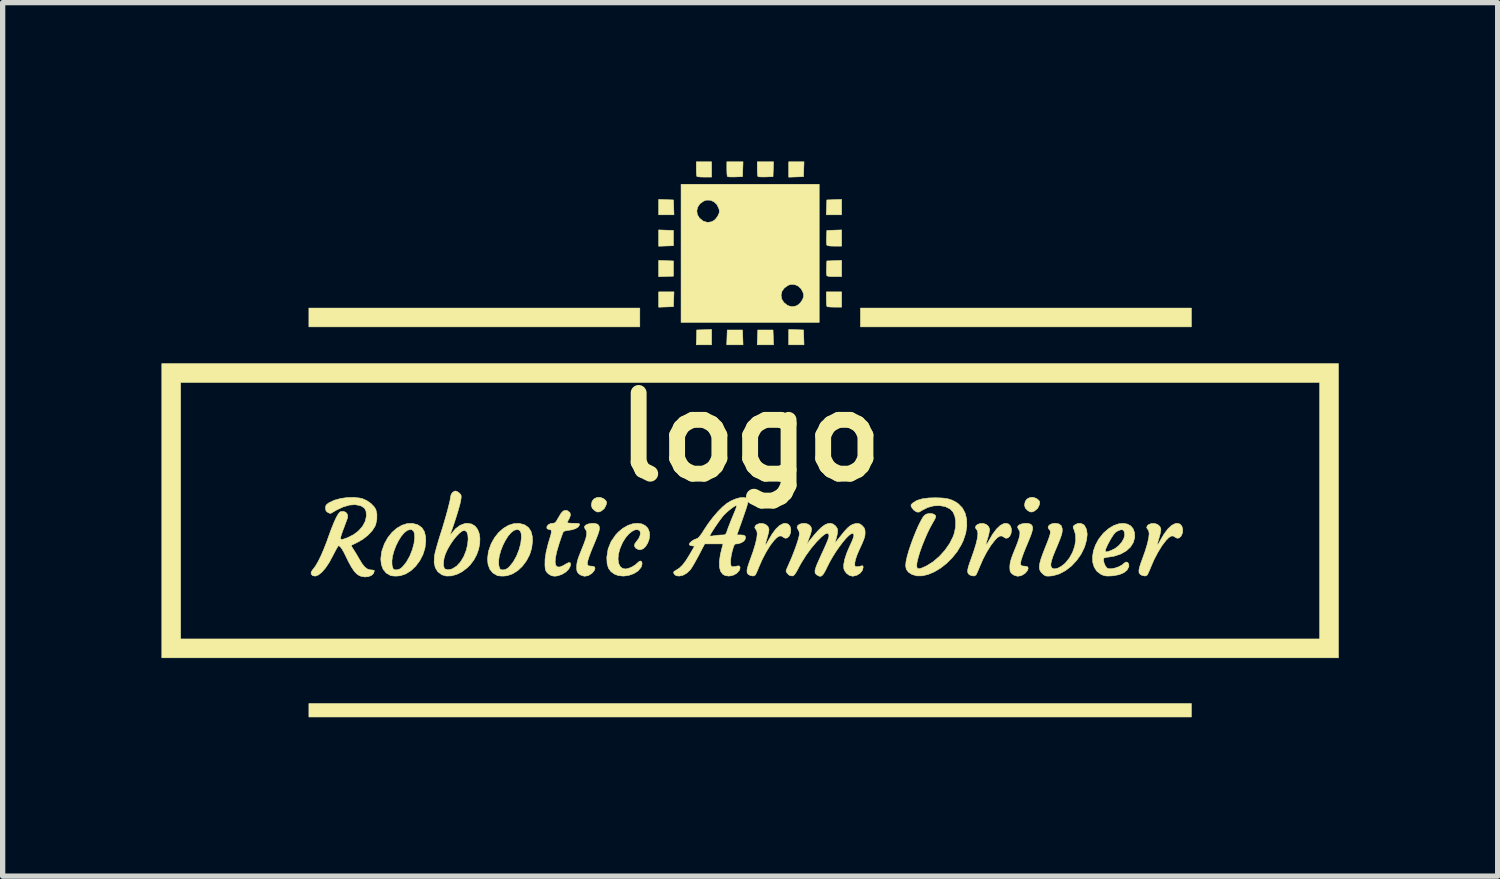
<source format=kicad_pcb>
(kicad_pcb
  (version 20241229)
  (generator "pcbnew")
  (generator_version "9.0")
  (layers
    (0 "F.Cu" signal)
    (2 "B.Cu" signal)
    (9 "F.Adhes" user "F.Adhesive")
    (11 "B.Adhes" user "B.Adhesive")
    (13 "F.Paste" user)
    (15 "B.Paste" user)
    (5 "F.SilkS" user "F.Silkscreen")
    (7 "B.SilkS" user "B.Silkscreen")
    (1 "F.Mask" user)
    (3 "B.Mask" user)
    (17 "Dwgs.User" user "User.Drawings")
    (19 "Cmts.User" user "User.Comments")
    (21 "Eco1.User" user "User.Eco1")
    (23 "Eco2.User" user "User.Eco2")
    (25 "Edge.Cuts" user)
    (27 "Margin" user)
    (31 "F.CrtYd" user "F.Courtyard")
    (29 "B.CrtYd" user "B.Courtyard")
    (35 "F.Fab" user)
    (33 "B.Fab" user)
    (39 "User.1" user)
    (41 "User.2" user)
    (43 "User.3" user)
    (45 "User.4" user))
  (footprint "logo"
    (layer "F.Cu")
    (at 11.113 5.204)
    (property "Reference" "logo" (at 0 0 0) (layer "F.SilkS") (effects (font (size 1.524 1.524) (thickness 0.3))))
    (attr through_hole)
    (fp_poly (pts (xy -2.083 -2.083) (xy -8.331 -2.083) (xy -8.331 -2.438) (xy -2.083 -2.438) (xy -2.083 -2.083)) (stroke (width 0.01) (type solid)) (fill yes) (layer "F.SilkS"))
    (fp_poly (pts (xy -1.448 -4.479) (xy -1.438 -4.199) (xy -1.727 -4.199) (xy -1.727 -4.489) (xy -1.448 -4.479)) (stroke (width 0.01) (type solid)) (fill yes) (layer "F.SilkS"))
    (fp_poly (pts (xy -1.448 -3.903) (xy -1.448 -3.615) (xy -1.727 -3.605) (xy -1.727 -3.913) (xy -1.448 -3.903)) (stroke (width 0.01) (type solid)) (fill yes) (layer "F.SilkS"))
    (fp_poly (pts (xy -1.448 -3.327) (xy -1.448 -3.04) (xy -1.727 -3.03) (xy -1.727 -3.337) (xy -1.448 -3.327)) (stroke (width 0.01) (type solid)) (fill yes) (layer "F.SilkS"))
    (fp_poly (pts (xy -1.448 -2.464) (xy -1.727 -2.454) (xy -1.727 -2.743) (xy -1.438 -2.743) (xy -1.448 -2.464)) (stroke (width 0.01) (type solid)) (fill yes) (layer "F.SilkS"))
    (fp_poly (pts (xy 0.442 -1.744) (xy 0.134 -1.744) (xy 0.144 -2.024) (xy 0.432 -2.024) (xy 0.442 -1.744)) (stroke (width 0.01) (type solid)) (fill yes) (layer "F.SilkS"))
    (fp_poly (pts (xy 1.008 -4.919) (xy 0.728 -4.909) (xy 0.728 -5.199) (xy 1.017 -5.199) (xy 1.008 -4.919)) (stroke (width 0.01) (type solid)) (fill yes) (layer "F.SilkS"))
    (fp_poly (pts (xy 1.008 -2.024) (xy 1.017 -1.744) (xy 0.728 -1.744) (xy 0.728 -2.033) (xy 1.008 -2.024)) (stroke (width 0.01) (type solid)) (fill yes) (layer "F.SilkS"))
    (fp_poly (pts (xy 1.727 -4.199) (xy 1.438 -4.199) (xy 1.448 -4.479) (xy 1.727 -4.489) (xy 1.727 -4.199)) (stroke (width 0.01) (type solid)) (fill yes) (layer "F.SilkS"))
    (fp_poly (pts (xy 8.331 -2.083) (xy 2.083 -2.083) (xy 2.083 -2.438) (xy 8.331 -2.438) (xy 8.331 -2.083)) (stroke (width 0.01) (type solid)) (fill yes) (layer "F.SilkS"))
    (fp_poly (pts (xy 8.331 5.283) (xy -8.331 5.283) (xy -8.331 5.029) (xy 8.331 5.029) (xy 8.331 5.283)) (stroke (width 0.01) (type solid)) (fill yes) (layer "F.SilkS"))
    (fp_poly (pts (xy -0.139 -1.884) (xy -0.134 -1.744) (xy -0.442 -1.744) (xy -0.432 -2.024) (xy -0.144 -2.024) (xy -0.139 -1.884)) (stroke (width 0.01) (type solid)) (fill yes) (layer "F.SilkS"))
    (fp_poly (pts (xy -0.728 -1.744) (xy -1.017 -1.744) (xy -1.012 -1.884) (xy -1.008 -2.024) (xy -0.868 -2.028) (xy -0.728 -2.033) (xy -0.728 -1.744)) (stroke (width 0.01) (type solid)) (fill yes) (layer "F.SilkS"))
    (fp_poly (pts (xy 11.108 4.166) (xy -11.108 4.166) (xy -11.108 -1.033) (xy -10.753 -1.033) (xy -10.753 3.81) (xy 10.753 3.81) (xy 10.753 -1.033) (xy -10.753 -1.033) (xy -11.108 -1.033) (xy -11.108 -1.389) (xy 11.108 -1.389) (xy 11.108 4.166)) (stroke (width 0.01) (type solid)) (fill yes) (layer "F.SilkS"))
    (fp_poly (pts (xy -0.728 -4.911) (xy -0.861 -4.911) (xy -0.925 -4.912) (xy -0.975 -4.916) (xy -1.003 -4.921) (xy -1.005 -4.922) (xy -1.01 -4.943) (xy -1.014 -4.989) (xy -1.016 -5.051) (xy -1.016 -5.066) (xy -1.016 -5.199) (xy -0.728 -5.199) (xy -0.728 -4.911)) (stroke (width 0.01) (type solid)) (fill yes) (layer "F.SilkS"))
    (fp_poly (pts (xy 0.432 -4.919) (xy 0.296 -4.914) (xy 0.231 -4.913) (xy 0.179 -4.915) (xy 0.15 -4.92) (xy 0.147 -4.921) (xy 0.142 -4.943) (xy 0.138 -4.989) (xy 0.136 -5.051) (xy 0.135 -5.066) (xy 0.135 -5.199) (xy 0.442 -5.199) (xy 0.432 -4.919)) (stroke (width 0.01) (type solid)) (fill yes) (layer "F.SilkS"))
    (fp_poly (pts (xy 1.727 -3.607) (xy 1.591 -3.607) (xy 1.516 -3.609) (xy 1.469 -3.615) (xy 1.448 -3.626) (xy 1.446 -3.63) (xy 1.443 -3.657) (xy 1.441 -3.707) (xy 1.443 -3.771) (xy 1.443 -3.778) (xy 1.448 -3.903) (xy 1.727 -3.913) (xy 1.727 -3.607)) (stroke (width 0.01) (type solid)) (fill yes) (layer "F.SilkS"))
    (fp_poly (pts (xy 1.727 -3.031) (xy 1.591 -3.031) (xy 1.516 -3.033) (xy 1.469 -3.039) (xy 1.448 -3.051) (xy 1.446 -3.054) (xy 1.443 -3.081) (xy 1.441 -3.132) (xy 1.443 -3.195) (xy 1.443 -3.202) (xy 1.448 -3.327) (xy 1.727 -3.337) (xy 1.727 -3.031)) (stroke (width 0.01) (type solid)) (fill yes) (layer "F.SilkS"))
    (fp_poly (pts (xy 1.727 -2.455) (xy 1.595 -2.455) (xy 1.53 -2.457) (xy 1.48 -2.46) (xy 1.453 -2.465) (xy 1.451 -2.467) (xy 1.445 -2.488) (xy 1.441 -2.534) (xy 1.439 -2.596) (xy 1.439 -2.611) (xy 1.439 -2.743) (xy 1.727 -2.743) (xy 1.727 -2.455)) (stroke (width 0.01) (type solid)) (fill yes) (layer "F.SilkS"))
    (fp_poly (pts (xy -0.139 -5.059) (xy -0.144 -4.919) (xy -0.28 -4.914) (xy -0.345 -4.913) (xy -0.397 -4.915) (xy -0.426 -4.92) (xy -0.428 -4.921) (xy -0.434 -4.943) (xy -0.438 -4.989) (xy -0.44 -5.051) (xy -0.44 -5.066) (xy -0.44 -5.199) (xy -0.134 -5.199) (xy -0.139 -5.059)) (stroke (width 0.01) (type solid)) (fill yes) (layer "F.SilkS"))
    (fp_poly (pts (xy -2.77 1.159) (xy -2.749 1.175) (xy -2.719 1.205) (xy -2.71 1.233) (xy -2.718 1.276) (xy -2.719 1.279) (xy -2.752 1.346) (xy -2.811 1.395) (xy -2.856 1.413) (xy -2.897 1.41) (xy -2.944 1.379) (xy -2.982 1.34) (xy -2.996 1.296) (xy -2.997 1.27) (xy -2.983 1.208) (xy -2.946 1.164) (xy -2.892 1.139) (xy -2.832 1.136) (xy -2.77 1.159)) (stroke (width 0.01) (type solid)) (fill yes) (layer "F.SilkS"))
    (fp_poly (pts (xy 5.408 1.159) (xy 5.43 1.175) (xy 5.46 1.205) (xy 5.468 1.233) (xy 5.461 1.276) (xy 5.46 1.279) (xy 5.427 1.346) (xy 5.367 1.395) (xy 5.323 1.413) (xy 5.282 1.41) (xy 5.234 1.379) (xy 5.197 1.34) (xy 5.183 1.296) (xy 5.182 1.27) (xy 5.196 1.208) (xy 5.233 1.164) (xy 5.286 1.139) (xy 5.347 1.136) (xy 5.408 1.159)) (stroke (width 0.01) (type solid)) (fill yes) (layer "F.SilkS"))
    (fp_poly (pts (xy -2.932 1.628) (xy -2.885 1.642) (xy -2.871 1.652) (xy -2.855 1.673) (xy -2.846 1.698) (xy -2.845 1.731) (xy -2.854 1.776) (xy -2.874 1.838) (xy -2.906 1.92) (xy -2.95 2.027) (xy -2.977 2.091) (xy -3.011 2.175) (xy -3.04 2.254) (xy -3.061 2.319) (xy -3.071 2.363) (xy -3.072 2.37) (xy -3.071 2.408) (xy -3.059 2.426) (xy -3.028 2.433) (xy -3.001 2.435) (xy -2.956 2.441) (xy -2.935 2.453) (xy -2.929 2.477) (xy -2.929 2.48) (xy -2.944 2.52) (xy -2.982 2.565) (xy -2.989 2.572) (xy -3.058 2.615) (xy -3.13 2.626) (xy -3.198 2.605) (xy -3.229 2.584) (xy -3.256 2.556) (xy -3.27 2.526) (xy -3.275 2.482) (xy -3.275 2.444) (xy -3.272 2.396) (xy -3.263 2.346) (xy -3.245 2.285) (xy -3.216 2.207) (xy -3.178 2.113) (xy -3.133 2) (xy -3.103 1.914) (xy -3.088 1.848) (xy -3.085 1.799) (xy -3.095 1.763) (xy -3.109 1.742) (xy -3.127 1.708) (xy -3.127 1.685) (xy -3.1 1.657) (xy -3.051 1.637) (xy -2.991 1.627) (xy -2.932 1.628)) (stroke (width 0.01) (type solid)) (fill yes) (layer "F.SilkS"))
    (fp_poly (pts (xy 5.247 1.628) (xy 5.294 1.642) (xy 5.307 1.652) (xy 5.324 1.673) (xy 5.333 1.698) (xy 5.334 1.731) (xy 5.324 1.776) (xy 5.305 1.838) (xy 5.273 1.92) (xy 5.229 2.027) (xy 5.202 2.091) (xy 5.168 2.175) (xy 5.139 2.254) (xy 5.118 2.319) (xy 5.108 2.363) (xy 5.107 2.37) (xy 5.108 2.408) (xy 5.12 2.426) (xy 5.151 2.433) (xy 5.177 2.435) (xy 5.223 2.441) (xy 5.244 2.453) (xy 5.249 2.477) (xy 5.249 2.48) (xy 5.235 2.52) (xy 5.197 2.565) (xy 5.189 2.572) (xy 5.12 2.615) (xy 5.049 2.626) (xy 4.98 2.605) (xy 4.95 2.584) (xy 4.922 2.556) (xy 4.908 2.526) (xy 4.904 2.482) (xy 4.903 2.444) (xy 4.907 2.396) (xy 4.916 2.346) (xy 4.934 2.285) (xy 4.963 2.207) (xy 5.001 2.113) (xy 5.046 2) (xy 5.075 1.914) (xy 5.091 1.848) (xy 5.094 1.799) (xy 5.084 1.763) (xy 5.069 1.742) (xy 5.052 1.708) (xy 5.052 1.685) (xy 5.079 1.657) (xy 5.128 1.637) (xy 5.188 1.627) (xy 5.247 1.628)) (stroke (width 0.01) (type solid)) (fill yes) (layer "F.SilkS"))
    (fp_poly (pts (xy 1.304 -2.167) (xy -1.304 -2.167) (xy -1.304 -2.681) (xy 0.584 -2.681) (xy 0.596 -2.609) (xy 0.636 -2.543) (xy 0.704 -2.489) (xy 0.712 -2.484) (xy 0.787 -2.463) (xy 0.862 -2.475) (xy 0.914 -2.503) (xy 0.95 -2.539) (xy 0.983 -2.587) (xy 0.989 -2.598) (xy 1.008 -2.646) (xy 1.01 -2.687) (xy 1.001 -2.727) (xy 0.964 -2.8) (xy 0.908 -2.853) (xy 0.84 -2.882) (xy 0.767 -2.884) (xy 0.716 -2.867) (xy 0.645 -2.816) (xy 0.6 -2.752) (xy 0.584 -2.681) (xy -1.304 -2.681) (xy -1.304 -4.272) (xy -1.007 -4.272) (xy -0.996 -4.201) (xy -0.956 -4.135) (xy -0.887 -4.08) (xy -0.879 -4.076) (xy -0.805 -4.055) (xy -0.729 -4.066) (xy -0.677 -4.095) (xy -0.642 -4.13) (xy -0.609 -4.179) (xy -0.603 -4.19) (xy -0.583 -4.238) (xy -0.581 -4.279) (xy -0.591 -4.318) (xy -0.627 -4.392) (xy -0.683 -4.445) (xy -0.752 -4.474) (xy -0.825 -4.476) (xy -0.875 -4.459) (xy -0.947 -4.408) (xy -0.991 -4.343) (xy -1.007 -4.272) (xy -1.304 -4.272) (xy -1.304 -4.775) (xy 1.304 -4.775) (xy 1.304 -2.167)) (stroke (width 0.01) (type solid)) (fill yes) (layer "F.SilkS"))
    (fp_poly (pts (xy 0.716 1.64) (xy 0.752 1.68) (xy 0.768 1.738) (xy 0.763 1.808) (xy 0.761 1.814) (xy 0.736 1.87) (xy 0.7 1.903) (xy 0.66 1.908) (xy 0.63 1.891) (xy 0.59 1.866) (xy 0.548 1.868) (xy 0.502 1.898) (xy 0.452 1.949) (xy 0.376 2.048) (xy 0.3 2.172) (xy 0.228 2.31) (xy 0.172 2.437) (xy 0.145 2.504) (xy 0.12 2.559) (xy 0.102 2.596) (xy 0.097 2.603) (xy 0.062 2.622) (xy 0.009 2.613) (xy -0.013 2.604) (xy -0.043 2.583) (xy -0.058 2.553) (xy -0.059 2.509) (xy -0.045 2.446) (xy -0.016 2.358) (xy -0.003 2.324) (xy 0.057 2.156) (xy 0.099 2.018) (xy 0.125 1.907) (xy 0.134 1.825) (xy 0.126 1.769) (xy 0.11 1.744) (xy 0.087 1.71) (xy 0.097 1.675) (xy 0.122 1.652) (xy 0.178 1.629) (xy 0.238 1.629) (xy 0.294 1.649) (xy 0.336 1.686) (xy 0.355 1.735) (xy 0.356 1.744) (xy 0.351 1.785) (xy 0.337 1.845) (xy 0.322 1.899) (xy 0.3 1.974) (xy 0.29 2.018) (xy 0.294 2.031) (xy 0.309 2.012) (xy 0.338 1.962) (xy 0.341 1.956) (xy 0.414 1.83) (xy 0.487 1.733) (xy 0.558 1.666) (xy 0.627 1.631) (xy 0.664 1.626) (xy 0.716 1.64)) (stroke (width 0.01) (type solid)) (fill yes) (layer "F.SilkS"))
    (fp_poly (pts (xy 4.881 1.64) (xy 4.917 1.68) (xy 4.934 1.738) (xy 4.928 1.808) (xy 4.927 1.814) (xy 4.902 1.87) (xy 4.866 1.903) (xy 4.825 1.908) (xy 4.795 1.891) (xy 4.755 1.866) (xy 4.714 1.868) (xy 4.667 1.898) (xy 4.618 1.949) (xy 4.542 2.048) (xy 4.465 2.172) (xy 4.393 2.31) (xy 4.338 2.437) (xy 4.31 2.504) (xy 4.286 2.559) (xy 4.268 2.596) (xy 4.263 2.603) (xy 4.228 2.622) (xy 4.174 2.613) (xy 4.153 2.604) (xy 4.123 2.583) (xy 4.108 2.553) (xy 4.107 2.509) (xy 4.121 2.446) (xy 4.15 2.358) (xy 4.163 2.324) (xy 4.222 2.156) (xy 4.265 2.018) (xy 4.291 1.907) (xy 4.3 1.825) (xy 4.292 1.769) (xy 4.276 1.744) (xy 4.252 1.71) (xy 4.263 1.675) (xy 4.288 1.652) (xy 4.344 1.629) (xy 4.404 1.629) (xy 4.459 1.649) (xy 4.501 1.686) (xy 4.521 1.735) (xy 4.521 1.744) (xy 4.516 1.785) (xy 4.503 1.845) (xy 4.488 1.899) (xy 4.465 1.974) (xy 4.456 2.018) (xy 4.459 2.031) (xy 4.475 2.012) (xy 4.503 1.962) (xy 4.507 1.956) (xy 4.58 1.83) (xy 4.653 1.733) (xy 4.724 1.666) (xy 4.792 1.631) (xy 4.83 1.626) (xy 4.881 1.64)) (stroke (width 0.01) (type solid)) (fill yes) (layer "F.SilkS"))
    (fp_poly (pts (xy 8.115 1.64) (xy 8.151 1.68) (xy 8.168 1.738) (xy 8.163 1.808) (xy 8.161 1.814) (xy 8.136 1.87) (xy 8.1 1.903) (xy 8.06 1.908) (xy 8.029 1.891) (xy 7.989 1.866) (xy 7.948 1.868) (xy 7.902 1.898) (xy 7.852 1.949) (xy 7.776 2.048) (xy 7.7 2.172) (xy 7.627 2.31) (xy 7.572 2.437) (xy 7.545 2.504) (xy 7.52 2.559) (xy 7.502 2.596) (xy 7.497 2.603) (xy 7.462 2.622) (xy 7.409 2.613) (xy 7.387 2.604) (xy 7.357 2.583) (xy 7.342 2.553) (xy 7.341 2.509) (xy 7.355 2.446) (xy 7.384 2.358) (xy 7.397 2.324) (xy 7.457 2.156) (xy 7.499 2.018) (xy 7.525 1.907) (xy 7.534 1.825) (xy 7.526 1.769) (xy 7.51 1.744) (xy 7.487 1.71) (xy 7.497 1.675) (xy 7.522 1.652) (xy 7.578 1.629) (xy 7.638 1.629) (xy 7.694 1.649) (xy 7.736 1.686) (xy 7.755 1.735) (xy 7.755 1.744) (xy 7.75 1.785) (xy 7.737 1.845) (xy 7.722 1.899) (xy 7.7 1.974) (xy 7.69 2.018) (xy 7.693 2.031) (xy 7.709 2.012) (xy 7.738 1.962) (xy 7.741 1.956) (xy 7.814 1.83) (xy 7.887 1.733) (xy 7.958 1.666) (xy 8.027 1.631) (xy 8.064 1.626) (xy 8.115 1.64)) (stroke (width 0.01) (type solid)) (fill yes) (layer "F.SilkS"))
    (fp_poly (pts (xy -6.282 1.652) (xy -6.265 1.66) (xy -6.197 1.71) (xy -6.152 1.78) (xy -6.128 1.873) (xy -6.124 1.964) (xy -6.139 2.093) (xy -6.178 2.217) (xy -6.237 2.332) (xy -6.313 2.434) (xy -6.401 2.518) (xy -6.499 2.58) (xy -6.603 2.616) (xy -6.677 2.623) (xy -6.733 2.621) (xy -6.776 2.616) (xy -6.79 2.612) (xy -6.871 2.565) (xy -6.929 2.495) (xy -6.963 2.404) (xy -6.97 2.336) (xy -6.764 2.336) (xy -6.761 2.417) (xy -6.756 2.439) (xy -6.742 2.482) (xy -6.723 2.501) (xy -6.689 2.506) (xy -6.68 2.506) (xy -6.635 2.499) (xy -6.593 2.475) (xy -6.555 2.44) (xy -6.488 2.356) (xy -6.427 2.248) (xy -6.379 2.128) (xy -6.346 2.007) (xy -6.333 1.894) (xy -6.333 1.891) (xy -6.338 1.817) (xy -6.356 1.771) (xy -6.389 1.748) (xy -6.421 1.744) (xy -6.474 1.76) (xy -6.53 1.804) (xy -6.586 1.869) (xy -6.638 1.952) (xy -6.685 2.045) (xy -6.723 2.144) (xy -6.751 2.243) (xy -6.764 2.336) (xy -6.97 2.336) (xy -6.973 2.296) (xy -6.958 2.172) (xy -6.951 2.143) (xy -6.905 2.013) (xy -6.841 1.898) (xy -6.763 1.8) (xy -6.674 1.721) (xy -6.577 1.664) (xy -6.477 1.632) (xy -6.378 1.627) (xy -6.282 1.652)) (stroke (width 0.01) (type solid)) (fill yes) (layer "F.SilkS"))
    (fp_poly (pts (xy -4.267 1.652) (xy -4.25 1.66) (xy -4.182 1.71) (xy -4.137 1.78) (xy -4.113 1.873) (xy -4.109 1.964) (xy -4.124 2.093) (xy -4.162 2.217) (xy -4.222 2.332) (xy -4.298 2.434) (xy -4.386 2.518) (xy -4.484 2.58) (xy -4.588 2.616) (xy -4.662 2.623) (xy -4.718 2.621) (xy -4.761 2.616) (xy -4.775 2.612) (xy -4.856 2.565) (xy -4.914 2.495) (xy -4.948 2.404) (xy -4.955 2.336) (xy -4.749 2.336) (xy -4.746 2.417) (xy -4.741 2.439) (xy -4.727 2.482) (xy -4.708 2.501) (xy -4.674 2.506) (xy -4.664 2.506) (xy -4.62 2.499) (xy -4.578 2.475) (xy -4.54 2.44) (xy -4.473 2.356) (xy -4.412 2.248) (xy -4.364 2.128) (xy -4.331 2.007) (xy -4.318 1.894) (xy -4.318 1.891) (xy -4.323 1.817) (xy -4.341 1.771) (xy -4.374 1.748) (xy -4.406 1.744) (xy -4.459 1.76) (xy -4.515 1.804) (xy -4.571 1.869) (xy -4.623 1.952) (xy -4.67 2.045) (xy -4.708 2.144) (xy -4.736 2.243) (xy -4.749 2.336) (xy -4.955 2.336) (xy -4.958 2.296) (xy -4.943 2.172) (xy -4.936 2.143) (xy -4.89 2.013) (xy -4.826 1.898) (xy -4.748 1.8) (xy -4.658 1.721) (xy -4.562 1.664) (xy -4.462 1.632) (xy -4.363 1.627) (xy -4.267 1.652)) (stroke (width 0.01) (type solid)) (fill yes) (layer "F.SilkS"))
    (fp_poly (pts (xy -2.048 1.637) (xy -1.981 1.669) (xy -1.931 1.72) (xy -1.902 1.792) (xy -1.897 1.848) (xy -1.907 1.927) (xy -1.934 2.001) (xy -1.973 2.063) (xy -2.02 2.107) (xy -2.071 2.126) (xy -2.099 2.125) (xy -2.156 2.099) (xy -2.183 2.06) (xy -2.178 2.014) (xy -2.142 1.964) (xy -2.105 1.917) (xy -2.08 1.862) (xy -2.071 1.81) (xy -2.081 1.772) (xy -2.082 1.77) (xy -2.121 1.746) (xy -2.172 1.749) (xy -2.229 1.777) (xy -2.289 1.826) (xy -2.349 1.894) (xy -2.402 1.978) (xy -2.413 1.999) (xy -2.459 2.107) (xy -2.486 2.209) (xy -2.494 2.301) (xy -2.484 2.379) (xy -2.457 2.439) (xy -2.412 2.477) (xy -2.354 2.489) (xy -2.295 2.477) (xy -2.227 2.448) (xy -2.164 2.408) (xy -2.135 2.381) (xy -2.102 2.352) (xy -2.075 2.337) (xy -2.073 2.337) (xy -2.048 2.35) (xy -2.04 2.385) (xy -2.048 2.43) (xy -2.061 2.46) (xy -2.118 2.527) (xy -2.198 2.577) (xy -2.292 2.61) (xy -2.392 2.623) (xy -2.488 2.613) (xy -2.557 2.588) (xy -2.627 2.539) (xy -2.675 2.474) (xy -2.7 2.389) (xy -2.706 2.281) (xy -2.705 2.261) (xy -2.682 2.112) (xy -2.627 1.974) (xy -2.539 1.846) (xy -2.49 1.793) (xy -2.401 1.719) (xy -2.308 1.666) (xy -2.216 1.635) (xy -2.128 1.626) (xy -2.048 1.637)) (stroke (width 0.01) (type solid)) (fill yes) (layer "F.SilkS"))
    (fp_poly (pts (xy 5.828 1.637) (xy 5.873 1.67) (xy 5.892 1.726) (xy 5.893 1.743) (xy 5.892 1.777) (xy 5.887 1.812) (xy 5.876 1.852) (xy 5.858 1.904) (xy 5.831 1.973) (xy 5.794 2.064) (xy 5.762 2.138) (xy 5.718 2.248) (xy 5.69 2.333) (xy 5.677 2.395) (xy 5.68 2.44) (xy 5.698 2.469) (xy 5.709 2.478) (xy 5.753 2.487) (xy 5.811 2.473) (xy 5.876 2.438) (xy 5.941 2.387) (xy 5.95 2.378) (xy 6.027 2.284) (xy 6.087 2.176) (xy 6.128 2.061) (xy 6.147 1.946) (xy 6.143 1.839) (xy 6.12 1.758) (xy 6.102 1.715) (xy 6.098 1.69) (xy 6.111 1.672) (xy 6.128 1.657) (xy 6.185 1.629) (xy 6.245 1.628) (xy 6.298 1.653) (xy 6.314 1.67) (xy 6.351 1.741) (xy 6.364 1.832) (xy 6.353 1.938) (xy 6.314 2.075) (xy 6.25 2.206) (xy 6.166 2.326) (xy 6.067 2.432) (xy 5.956 2.518) (xy 5.838 2.581) (xy 5.717 2.616) (xy 5.682 2.62) (xy 5.622 2.624) (xy 5.583 2.62) (xy 5.553 2.605) (xy 5.519 2.577) (xy 5.486 2.541) (xy 5.466 2.5) (xy 5.46 2.449) (xy 5.468 2.385) (xy 5.49 2.302) (xy 5.527 2.198) (xy 5.569 2.09) (xy 5.612 1.983) (xy 5.642 1.902) (xy 5.661 1.843) (xy 5.669 1.802) (xy 5.668 1.774) (xy 5.658 1.754) (xy 5.647 1.744) (xy 5.626 1.711) (xy 5.633 1.678) (xy 5.664 1.649) (xy 5.713 1.63) (xy 5.757 1.626) (xy 5.828 1.637)) (stroke (width 0.01) (type solid)) (fill yes) (layer "F.SilkS"))
    (fp_poly (pts (xy -3.455 1.386) (xy -3.443 1.392) (xy -3.402 1.425) (xy -3.392 1.472) (xy -3.413 1.532) (xy -3.42 1.543) (xy -3.442 1.583) (xy -3.454 1.609) (xy -3.454 1.613) (xy -3.439 1.619) (xy -3.398 1.624) (xy -3.34 1.626) (xy -3.335 1.626) (xy -3.272 1.627) (xy -3.236 1.631) (xy -3.221 1.64) (xy -3.22 1.653) (xy -3.245 1.694) (xy -3.296 1.727) (xy -3.37 1.75) (xy -3.413 1.756) (xy -3.469 1.764) (xy -3.511 1.776) (xy -3.526 1.785) (xy -3.536 1.807) (xy -3.554 1.855) (xy -3.577 1.922) (xy -3.604 2.001) (xy -3.608 2.015) (xy -3.651 2.159) (xy -3.675 2.274) (xy -3.682 2.361) (xy -3.67 2.419) (xy -3.64 2.449) (xy -3.592 2.451) (xy -3.527 2.424) (xy -3.48 2.395) (xy -3.43 2.369) (xy -3.4 2.369) (xy -3.389 2.396) (xy -3.394 2.431) (xy -3.425 2.491) (xy -3.48 2.546) (xy -3.552 2.59) (xy -3.632 2.618) (xy -3.69 2.625) (xy -3.75 2.616) (xy -3.803 2.585) (xy -3.813 2.576) (xy -3.843 2.546) (xy -3.861 2.514) (xy -3.87 2.471) (xy -3.874 2.416) (xy -3.872 2.305) (xy -3.852 2.171) (xy -3.813 2.012) (xy -3.782 1.909) (xy -3.76 1.834) (xy -3.752 1.785) (xy -3.756 1.758) (xy -3.775 1.746) (xy -3.795 1.744) (xy -3.827 1.732) (xy -3.838 1.718) (xy -3.836 1.683) (xy -3.808 1.651) (xy -3.765 1.63) (xy -3.732 1.626) (xy -3.701 1.623) (xy -3.678 1.61) (xy -3.655 1.581) (xy -3.625 1.529) (xy -3.621 1.522) (xy -3.576 1.446) (xy -3.536 1.4) (xy -3.497 1.381) (xy -3.455 1.386)) (stroke (width 0.01) (type solid)) (fill yes) (layer "F.SilkS"))
    (fp_poly (pts (xy 7.12 1.64) (xy 7.184 1.674) (xy 7.231 1.729) (xy 7.258 1.805) (xy 7.261 1.89) (xy 7.236 1.986) (xy 7.182 2.073) (xy 7.102 2.147) (xy 6.999 2.205) (xy 6.877 2.246) (xy 6.775 2.263) (xy 6.718 2.27) (xy 6.687 2.279) (xy 6.674 2.293) (xy 6.672 2.314) (xy 6.681 2.371) (xy 6.704 2.426) (xy 6.735 2.467) (xy 6.756 2.481) (xy 6.812 2.485) (xy 6.883 2.473) (xy 6.957 2.448) (xy 7.021 2.414) (xy 7.06 2.38) (xy 7.094 2.358) (xy 7.125 2.362) (xy 7.147 2.39) (xy 7.152 2.433) (xy 7.15 2.445) (xy 7.118 2.508) (xy 7.057 2.558) (xy 6.97 2.595) (xy 6.861 2.616) (xy 6.826 2.619) (xy 6.754 2.622) (xy 6.703 2.618) (xy 6.661 2.606) (xy 6.621 2.588) (xy 6.547 2.532) (xy 6.497 2.456) (xy 6.469 2.364) (xy 6.464 2.261) (xy 6.481 2.151) (xy 6.483 2.144) (xy 6.706 2.144) (xy 6.709 2.161) (xy 6.722 2.166) (xy 6.754 2.16) (xy 6.809 2.142) (xy 6.813 2.14) (xy 6.891 2.102) (xy 6.961 2.047) (xy 7.017 1.982) (xy 7.056 1.913) (xy 7.073 1.845) (xy 7.064 1.785) (xy 7.063 1.784) (xy 7.044 1.754) (xy 7.017 1.747) (xy 6.989 1.751) (xy 6.94 1.77) (xy 6.892 1.803) (xy 6.887 1.808) (xy 6.86 1.842) (xy 6.825 1.895) (xy 6.788 1.959) (xy 6.753 2.025) (xy 6.725 2.084) (xy 6.708 2.129) (xy 6.706 2.144) (xy 6.483 2.144) (xy 6.52 2.038) (xy 6.58 1.927) (xy 6.662 1.822) (xy 6.68 1.803) (xy 6.772 1.724) (xy 6.865 1.668) (xy 6.957 1.636) (xy 7.043 1.627) (xy 7.12 1.64)) (stroke (width 0.01) (type solid)) (fill yes) (layer "F.SilkS"))
    (fp_poly (pts (xy 3.631 1.149) (xy 3.732 1.163) (xy 3.816 1.19) (xy 3.892 1.23) (xy 3.932 1.259) (xy 4.008 1.337) (xy 4.06 1.436) (xy 4.088 1.55) (xy 4.091 1.677) (xy 4.071 1.812) (xy 4.025 1.95) (xy 3.987 2.03) (xy 3.908 2.161) (xy 3.813 2.279) (xy 3.708 2.384) (xy 3.595 2.472) (xy 3.479 2.542) (xy 3.363 2.591) (xy 3.252 2.618) (xy 3.148 2.619) (xy 3.056 2.592) (xy 3.052 2.59) (xy 2.987 2.547) (xy 2.949 2.496) (xy 2.936 2.43) (xy 2.944 2.342) (xy 2.945 2.341) (xy 2.966 2.247) (xy 2.997 2.139) (xy 3.037 2.021) (xy 3.081 1.901) (xy 3.128 1.784) (xy 3.175 1.676) (xy 3.221 1.584) (xy 3.261 1.514) (xy 3.289 1.478) (xy 3.329 1.452) (xy 3.38 1.441) (xy 3.432 1.443) (xy 3.476 1.458) (xy 3.502 1.484) (xy 3.505 1.499) (xy 3.497 1.526) (xy 3.475 1.57) (xy 3.454 1.606) (xy 3.402 1.699) (xy 3.348 1.808) (xy 3.296 1.928) (xy 3.247 2.049) (xy 3.205 2.167) (xy 3.173 2.273) (xy 3.152 2.36) (xy 3.146 2.404) (xy 3.147 2.451) (xy 3.16 2.478) (xy 3.188 2.485) (xy 3.236 2.472) (xy 3.308 2.441) (xy 3.331 2.43) (xy 3.453 2.354) (xy 3.571 2.253) (xy 3.678 2.135) (xy 3.768 2.006) (xy 3.834 1.874) (xy 3.855 1.813) (xy 3.878 1.699) (xy 3.881 1.59) (xy 3.865 1.492) (xy 3.83 1.413) (xy 3.778 1.357) (xy 3.686 1.311) (xy 3.579 1.292) (xy 3.464 1.297) (xy 3.35 1.328) (xy 3.244 1.382) (xy 3.229 1.392) (xy 3.192 1.414) (xy 3.159 1.415) (xy 3.131 1.405) (xy 3.087 1.374) (xy 3.054 1.332) (xy 3.037 1.296) (xy 3.041 1.273) (xy 3.067 1.246) (xy 3.072 1.242) (xy 3.145 1.196) (xy 3.245 1.165) (xy 3.373 1.148) (xy 3.505 1.144) (xy 3.631 1.149)) (stroke (width 0.01) (type solid)) (fill yes) (layer "F.SilkS"))
    (fp_poly (pts (xy -5.527 1.028) (xy -5.488 1.057) (xy -5.487 1.058) (xy -5.466 1.082) (xy -5.456 1.105) (xy -5.456 1.138) (xy -5.463 1.19) (xy -5.468 1.215) (xy -5.48 1.269) (xy -5.502 1.348) (xy -5.53 1.443) (xy -5.563 1.547) (xy -5.598 1.654) (xy -5.633 1.754) (xy -5.664 1.837) (xy -5.668 1.854) (xy -5.656 1.842) (xy -5.647 1.829) (xy -5.563 1.73) (xy -5.476 1.664) (xy -5.386 1.63) (xy -5.339 1.626) (xy -5.258 1.64) (xy -5.194 1.679) (xy -5.146 1.74) (xy -5.116 1.817) (xy -5.102 1.908) (xy -5.105 2.007) (xy -5.125 2.112) (xy -5.162 2.217) (xy -5.216 2.318) (xy -5.287 2.412) (xy -5.339 2.464) (xy -5.437 2.539) (xy -5.54 2.591) (xy -5.642 2.619) (xy -5.737 2.622) (xy -5.821 2.598) (xy -5.824 2.596) (xy -5.898 2.54) (xy -5.945 2.463) (xy -5.966 2.365) (xy -5.966 2.365) (xy -5.79 2.365) (xy -5.789 2.428) (xy -5.775 2.473) (xy -5.762 2.488) (xy -5.712 2.504) (xy -5.654 2.496) (xy -5.617 2.483) (xy -5.538 2.432) (xy -5.466 2.353) (xy -5.405 2.251) (xy -5.359 2.134) (xy -5.334 2.025) (xy -5.324 1.924) (xy -5.33 1.845) (xy -5.349 1.79) (xy -5.383 1.764) (xy -5.4 1.761) (xy -5.441 1.775) (xy -5.492 1.815) (xy -5.549 1.874) (xy -5.608 1.948) (xy -5.664 2.031) (xy -5.714 2.118) (xy -5.753 2.203) (xy -5.756 2.211) (xy -5.779 2.289) (xy -5.79 2.365) (xy -5.966 2.365) (xy -5.961 2.247) (xy -5.959 2.238) (xy -5.949 2.186) (xy -5.929 2.11) (xy -5.903 2.018) (xy -5.873 1.916) (xy -5.849 1.84) (xy -5.809 1.715) (xy -5.772 1.59) (xy -5.737 1.469) (xy -5.707 1.359) (xy -5.683 1.263) (xy -5.665 1.188) (xy -5.657 1.137) (xy -5.656 1.126) (xy -5.643 1.077) (xy -5.612 1.037) (xy -5.573 1.017) (xy -5.565 1.016) (xy -5.527 1.028)) (stroke (width 0.01) (type solid)) (fill yes) (layer "F.SilkS"))
    (fp_poly (pts (xy -7.367 1.15) (xy -7.317 1.162) (xy -7.236 1.199) (xy -7.16 1.252) (xy -7.1 1.313) (xy -7.067 1.366) (xy -7.047 1.452) (xy -7.048 1.551) (xy -7.069 1.648) (xy -7.084 1.685) (xy -7.137 1.768) (xy -7.216 1.851) (xy -7.312 1.927) (xy -7.417 1.987) (xy -7.471 2.014) (xy -7.513 2.034) (xy -7.532 2.043) (xy -7.533 2.043) (xy -7.527 2.058) (xy -7.508 2.091) (xy -7.489 2.12) (xy -7.454 2.175) (xy -7.413 2.244) (xy -7.384 2.294) (xy -7.326 2.39) (xy -7.273 2.455) (xy -7.221 2.492) (xy -7.166 2.506) (xy -7.159 2.506) (xy -7.118 2.51) (xy -7.096 2.519) (xy -7.095 2.522) (xy -7.11 2.572) (xy -7.15 2.61) (xy -7.208 2.633) (xy -7.277 2.639) (xy -7.348 2.626) (xy -7.381 2.613) (xy -7.429 2.58) (xy -7.478 2.527) (xy -7.528 2.452) (xy -7.584 2.35) (xy -7.619 2.278) (xy -7.669 2.176) (xy -7.71 2.106) (xy -7.743 2.064) (xy -7.77 2.049) (xy -7.771 2.049) (xy -7.783 2.063) (xy -7.807 2.102) (xy -7.839 2.161) (xy -7.876 2.232) (xy -7.882 2.244) (xy -7.949 2.368) (xy -8.017 2.469) (xy -8.084 2.547) (xy -8.147 2.599) (xy -8.204 2.623) (xy -8.254 2.617) (xy -8.262 2.613) (xy -8.289 2.583) (xy -8.287 2.544) (xy -8.254 2.495) (xy -8.246 2.487) (xy -8.203 2.428) (xy -8.153 2.342) (xy -8.099 2.231) (xy -8.044 2.102) (xy -7.988 1.958) (xy -7.967 1.897) (xy -7.91 1.741) (xy -7.859 1.614) (xy -7.814 1.516) (xy -7.775 1.448) (xy -7.743 1.412) (xy -7.734 1.407) (xy -7.678 1.401) (xy -7.632 1.42) (xy -7.603 1.459) (xy -7.598 1.511) (xy -7.605 1.534) (xy -7.618 1.57) (xy -7.64 1.629) (xy -7.667 1.702) (xy -7.688 1.757) (xy -7.717 1.839) (xy -7.732 1.893) (xy -7.731 1.923) (xy -7.712 1.932) (xy -7.672 1.923) (xy -7.609 1.9) (xy -7.602 1.898) (xy -7.488 1.841) (xy -7.392 1.768) (xy -7.316 1.681) (xy -7.266 1.586) (xy -7.245 1.488) (xy -7.245 1.476) (xy -7.252 1.399) (xy -7.278 1.345) (xy -7.328 1.308) (xy -7.362 1.293) (xy -7.456 1.274) (xy -7.564 1.282) (xy -7.684 1.317) (xy -7.81 1.376) (xy -7.879 1.417) (xy -7.914 1.437) (xy -7.942 1.436) (xy -7.972 1.422) (xy -8.006 1.394) (xy -8.017 1.353) (xy -8.018 1.338) (xy -8.014 1.301) (xy -7.997 1.273) (xy -7.96 1.244) (xy -7.941 1.233) (xy -7.847 1.189) (xy -7.732 1.158) (xy -7.606 1.14) (xy -7.481 1.137) (xy -7.367 1.15)) (stroke (width 0.01) (type solid)) (fill yes) (layer "F.SilkS"))
    (fp_poly (pts (xy -0.07 1.15) (xy -0.045 1.172) (xy -0.039 1.187) (xy -0.039 1.209) (xy -0.045 1.243) (xy -0.058 1.293) (xy -0.079 1.36) (xy -0.11 1.45) (xy -0.15 1.566) (xy -0.185 1.664) (xy -0.25 1.846) (xy -0.177 1.846) (xy -0.121 1.851) (xy -0.092 1.868) (xy -0.088 1.903) (xy -0.092 1.924) (xy -0.117 1.961) (xy -0.164 1.992) (xy -0.224 2.012) (xy -0.26 2.015) (xy -0.281 2.018) (xy -0.297 2.032) (xy -0.312 2.063) (xy -0.328 2.117) (xy -0.338 2.151) (xy -0.356 2.23) (xy -0.367 2.307) (xy -0.369 2.366) (xy -0.369 2.367) (xy -0.364 2.415) (xy -0.355 2.439) (xy -0.335 2.446) (xy -0.322 2.446) (xy -0.271 2.44) (xy -0.241 2.432) (xy -0.207 2.431) (xy -0.19 2.454) (xy -0.194 2.493) (xy -0.208 2.521) (xy -0.257 2.574) (xy -0.323 2.608) (xy -0.396 2.623) (xy -0.467 2.614) (xy -0.514 2.59) (xy -0.557 2.535) (xy -0.579 2.455) (xy -0.581 2.349) (xy -0.562 2.217) (xy -0.535 2.104) (xy -0.511 2.015) (xy -0.858 2.015) (xy -0.971 2.232) (xy -1.016 2.315) (xy -1.06 2.393) (xy -1.099 2.458) (xy -1.129 2.502) (xy -1.134 2.509) (xy -1.199 2.569) (xy -1.271 2.609) (xy -1.344 2.623) (xy -1.401 2.613) (xy -1.427 2.592) (xy -1.44 2.573) (xy -1.446 2.551) (xy -1.433 2.532) (xy -1.394 2.509) (xy -1.39 2.507) (xy -1.331 2.468) (xy -1.273 2.411) (xy -1.213 2.331) (xy -1.146 2.224) (xy -1.131 2.199) (xy -1.05 2.057) (xy -1.101 2.052) (xy -1.137 2.041) (xy -1.151 2.024) (xy -1.137 1.995) (xy -1.102 1.963) (xy -1.057 1.935) (xy -1.014 1.919) (xy -0.989 1.908) (xy -0.96 1.881) (xy -0.949 1.866) (xy -0.762 1.866) (xy -0.747 1.868) (xy -0.709 1.865) (xy -0.682 1.861) (xy -0.615 1.852) (xy -0.547 1.847) (xy -0.531 1.847) (xy -0.49 1.845) (xy -0.466 1.835) (xy -0.449 1.809) (xy -0.431 1.759) (xy -0.431 1.757) (xy -0.412 1.705) (xy -0.384 1.632) (xy -0.351 1.549) (xy -0.321 1.477) (xy -0.291 1.405) (xy -0.268 1.345) (xy -0.255 1.304) (xy -0.252 1.287) (xy -0.252 1.287) (xy -0.282 1.298) (xy -0.329 1.327) (xy -0.384 1.369) (xy -0.441 1.418) (xy -0.492 1.467) (xy -0.5 1.475) (xy -0.533 1.516) (xy -0.575 1.572) (xy -0.621 1.637) (xy -0.667 1.704) (xy -0.708 1.768) (xy -0.74 1.82) (xy -0.759 1.856) (xy -0.762 1.866) (xy -0.949 1.866) (xy -0.924 1.834) (xy -0.877 1.762) (xy -0.87 1.75) (xy -0.79 1.63) (xy -0.702 1.514) (xy -0.611 1.408) (xy -0.523 1.319) (xy -0.444 1.253) (xy -0.44 1.25) (xy -0.357 1.201) (xy -0.272 1.165) (xy -0.192 1.143) (xy -0.123 1.138) (xy -0.07 1.15)) (stroke (width 0.01) (type solid)) (fill yes) (layer "F.SilkS"))
    (fp_poly (pts (xy 1.565 1.64) (xy 1.615 1.678) (xy 1.646 1.727) (xy 1.65 1.74) (xy 1.651 1.786) (xy 1.641 1.852) (xy 1.622 1.926) (xy 1.6 1.99) (xy 1.604 1.991) (xy 1.625 1.969) (xy 1.66 1.927) (xy 1.705 1.871) (xy 1.707 1.869) (xy 1.779 1.779) (xy 1.839 1.715) (xy 1.891 1.671) (xy 1.94 1.645) (xy 1.991 1.631) (xy 1.997 1.63) (xy 2.045 1.629) (xy 2.083 1.644) (xy 2.115 1.67) (xy 2.153 1.712) (xy 2.168 1.756) (xy 2.17 1.788) (xy 2.17 1.828) (xy 2.166 1.863) (xy 2.156 1.902) (xy 2.138 1.951) (xy 2.111 2.016) (xy 2.071 2.103) (xy 2.063 2.12) (xy 2.019 2.222) (xy 1.99 2.306) (xy 1.977 2.367) (xy 1.976 2.374) (xy 1.976 2.42) (xy 1.984 2.44) (xy 2.005 2.446) (xy 2.015 2.446) (xy 2.066 2.44) (xy 2.095 2.432) (xy 2.124 2.427) (xy 2.133 2.446) (xy 2.134 2.459) (xy 2.118 2.517) (xy 2.077 2.568) (xy 2.017 2.606) (xy 1.948 2.624) (xy 1.933 2.625) (xy 1.873 2.609) (xy 1.819 2.57) (xy 1.78 2.515) (xy 1.768 2.478) (xy 1.767 2.404) (xy 1.786 2.306) (xy 1.824 2.189) (xy 1.881 2.056) (xy 1.888 2.042) (xy 1.928 1.954) (xy 1.951 1.892) (xy 1.959 1.85) (xy 1.951 1.826) (xy 1.937 1.817) (xy 1.907 1.824) (xy 1.864 1.856) (xy 1.811 1.909) (xy 1.751 1.98) (xy 1.687 2.064) (xy 1.622 2.157) (xy 1.56 2.255) (xy 1.504 2.353) (xy 1.463 2.434) (xy 1.42 2.522) (xy 1.385 2.582) (xy 1.355 2.616) (xy 1.326 2.628) (xy 1.293 2.62) (xy 1.255 2.597) (xy 1.235 2.578) (xy 1.225 2.553) (xy 1.225 2.518) (xy 1.238 2.469) (xy 1.263 2.401) (xy 1.303 2.311) (xy 1.342 2.224) (xy 1.395 2.109) (xy 1.434 2.021) (xy 1.462 1.955) (xy 1.479 1.907) (xy 1.487 1.874) (xy 1.488 1.851) (xy 1.485 1.839) (xy 1.467 1.816) (xy 1.438 1.817) (xy 1.395 1.843) (xy 1.344 1.886) (xy 1.249 1.982) (xy 1.15 2.1) (xy 1.055 2.231) (xy 0.971 2.364) (xy 0.931 2.435) (xy 0.89 2.514) (xy 0.858 2.568) (xy 0.834 2.6) (xy 0.813 2.616) (xy 0.795 2.621) (xy 0.745 2.611) (xy 0.715 2.586) (xy 0.689 2.553) (xy 0.677 2.529) (xy 0.677 2.529) (xy 0.684 2.506) (xy 0.702 2.461) (xy 0.728 2.402) (xy 0.739 2.377) (xy 0.779 2.287) (xy 0.818 2.189) (xy 0.855 2.091) (xy 0.887 1.998) (xy 0.912 1.917) (xy 0.927 1.855) (xy 0.931 1.825) (xy 0.923 1.777) (xy 0.904 1.742) (xy 0.886 1.706) (xy 0.895 1.674) (xy 0.924 1.649) (xy 0.968 1.632) (xy 1.018 1.626) (xy 1.07 1.634) (xy 1.116 1.657) (xy 1.127 1.667) (xy 1.149 1.696) (xy 1.159 1.731) (xy 1.155 1.777) (xy 1.137 1.841) (xy 1.107 1.922) (xy 1.068 2.024) (xy 1.114 1.965) (xy 1.207 1.85) (xy 1.285 1.762) (xy 1.352 1.698) (xy 1.41 1.656) (xy 1.463 1.633) (xy 1.512 1.626) (xy 1.565 1.64)) (stroke (width 0.01) (type solid)) (fill yes) (layer "F.SilkS")))
  (gr_rect
    (start -3 -3)
    (end 25.227 13.492)
    (stroke (width 0.1) (type default))
    (fill no)
    (layer "Edge.Cuts")))
</source>
